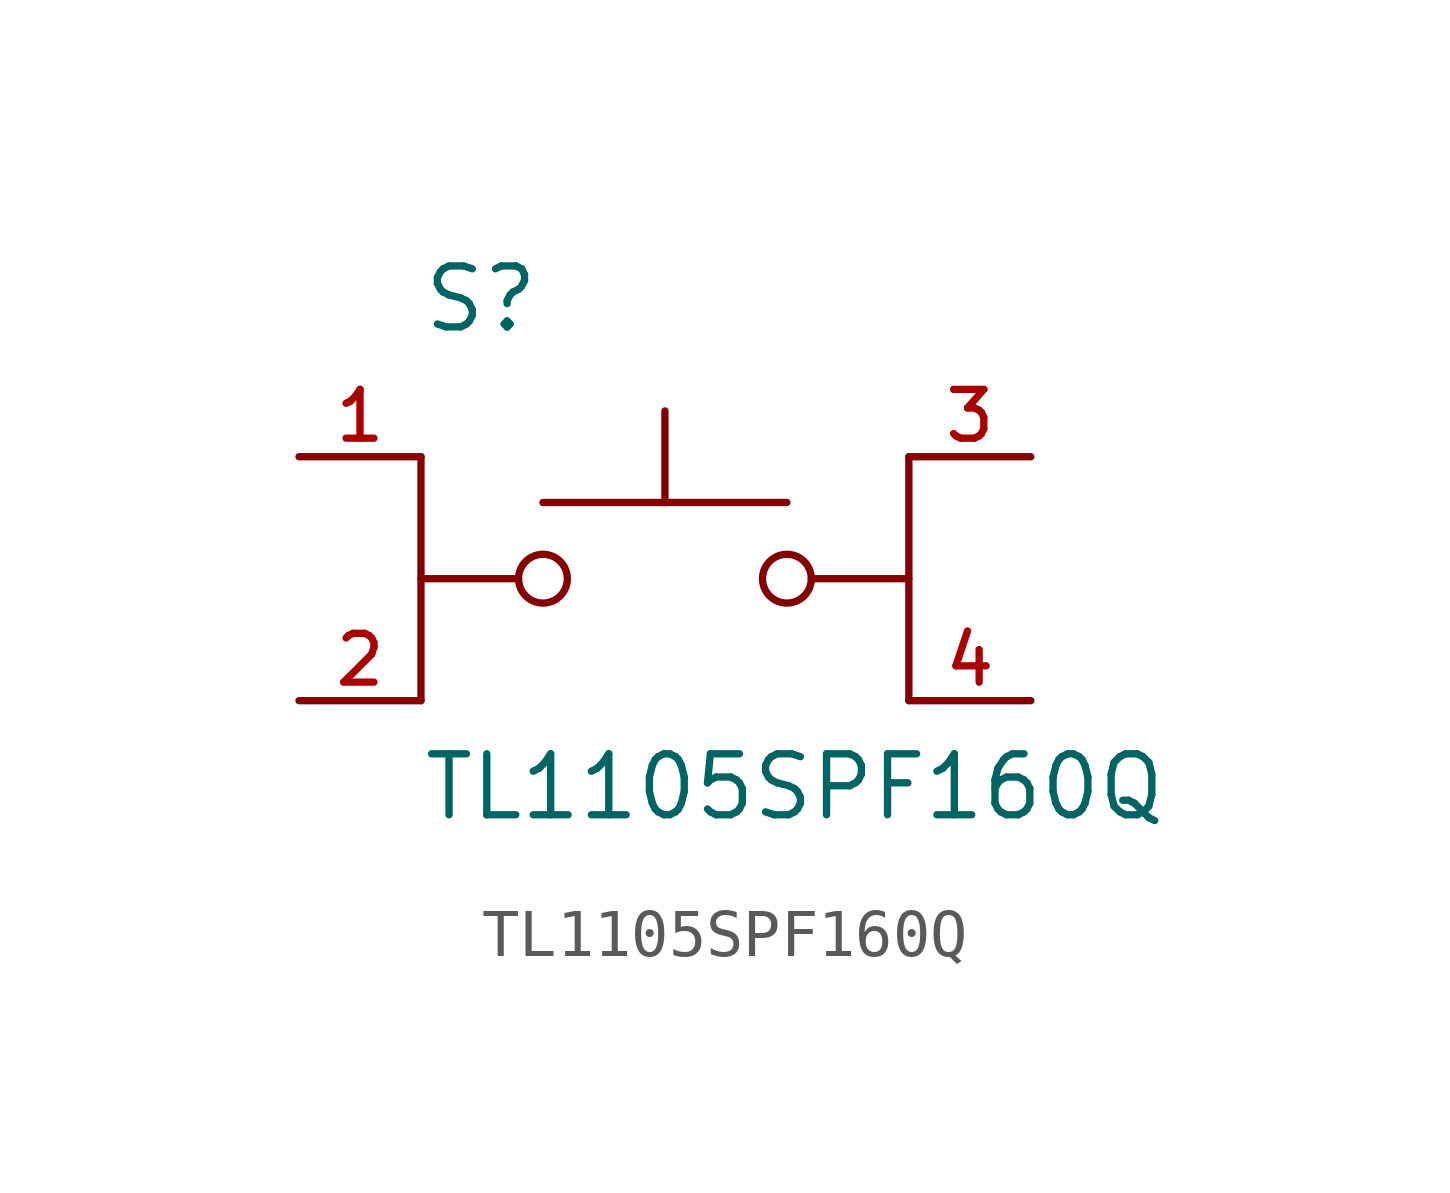
<source format=kicad_sym>
(kicad_symbol_lib
  (version 20211014)
  (generator kicad_symbol_editor)
  (symbol "TL1105SPF160Q"
    (pin_names
      (offset 1.016))
    (property "Reference" "S"
      (at -5.08 5.08 0)
      (effects (font (size 1.27 1.27)) (justify bottom left)))
    (property "Value" "TL1105SPF160Q"
      (at -5.08 -5.08 0)
      (effects (font (size 1.27 1.27)) (justify bottom left)))
    (symbol "TL1105SPF160Q_0_0"
      (circle (center 2.54 0.0) (radius 0.508) (stroke (width 0.152)) (fill (type none)))
      (polyline (pts (xy 5.08 0.0) (xy 3.048 0.0)) (stroke (width 0.152)))
      (polyline (pts (xy -5.08 0.0) (xy -3.048 0.0)) (stroke (width 0.152)))
      (circle (center -2.54 0.0) (radius 0.508) (stroke (width 0.152)) (fill (type none)))
      (polyline (pts (xy -2.54 1.587) (xy 0.0 1.587)) (stroke (width 0.152)))
      (polyline (pts (xy 0.0 1.587) (xy 2.54 1.587)) (stroke (width 0.152)))
      (polyline (pts (xy 0.0 1.587) (xy 0.0 3.493)) (stroke (width 0.152)))
      (polyline (pts (xy -5.08 2.54) (xy -5.08 -2.54)) (stroke (width 0.152)))
      (polyline (pts (xy 5.08 2.54) (xy 5.08 -2.54)) (stroke (width 0.152)))
      (pin passive line (at -7.62 2.54 0) (length 2.54) (name "~" (effects (font (size 1.016 1.016)))) (number "1" (effects (font (size 1.016 1.016)))))
      (pin passive line (at -7.62 -2.54 0) (length 2.54) (name "~" (effects (font (size 1.016 1.016)))) (number "2" (effects (font (size 1.016 1.016)))))
      (pin passive line (at 7.62 2.54 180.0) (length 2.54) (name "~" (effects (font (size 1.016 1.016)))) (number "3" (effects (font (size 1.016 1.016)))))
      (pin passive line (at 7.62 -2.54 180.0) (length 2.54) (name "~" (effects (font (size 1.016 1.016)))) (number "4" (effects (font (size 1.016 1.016))))))))
</source>
